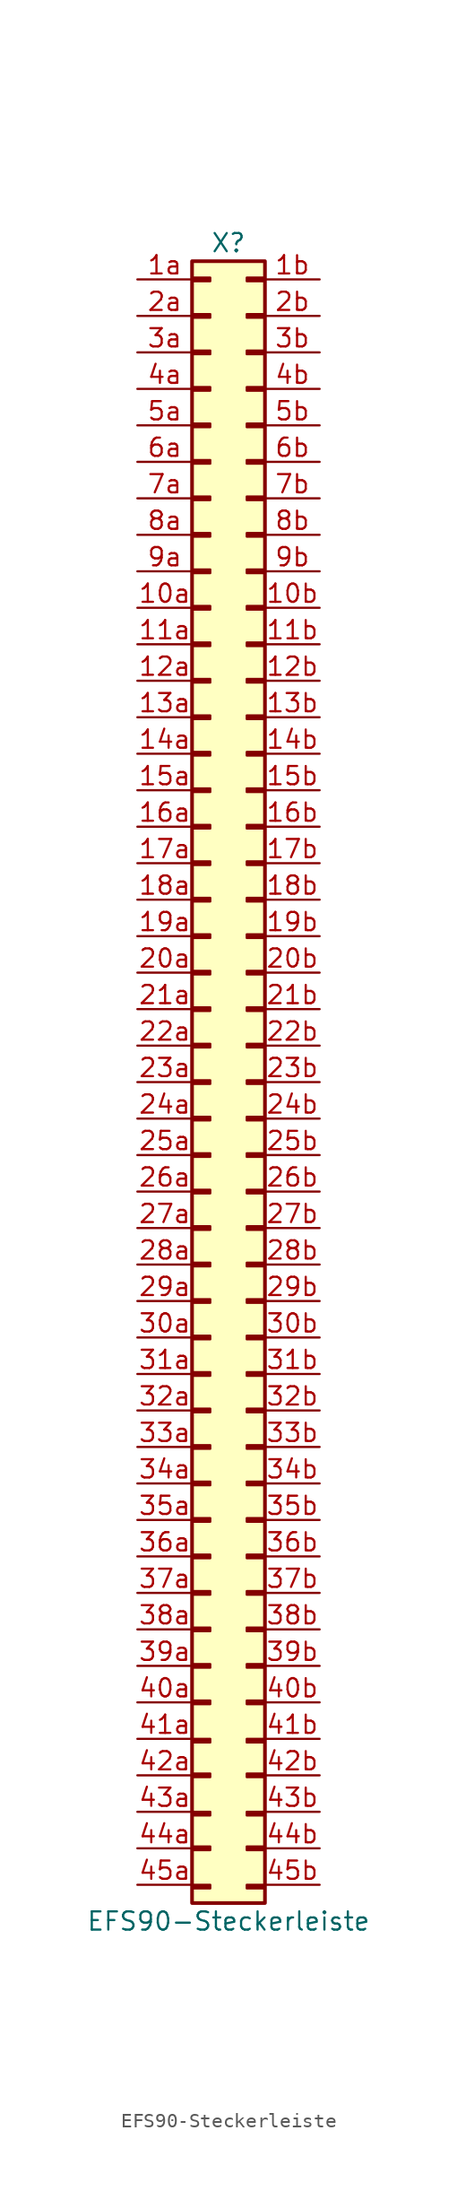
<source format=kicad_sym>
(kicad_symbol_lib
  (version 20211014)
  (generator kicad_symbol_editor)
  (symbol "EFS90-Steckerleiste"
    (pin_names
      (offset 1.016) hide)
    (property "Reference" "X"
      (at 0 57.15 0)
      (effects (font (size 1.27 1.27))))
    (property "Value" "EFS90-Steckerleiste"
      (at 0 -59.69 0)
      (effects (font (size 1.27 1.27))))
    (symbol "EFS90-Steckerleiste_1_1"
      (rectangle (start -2.54 -57.15) (end -1.27 -57.404) (stroke (width 0.152) (type default) (color 0 0 0 0)) (fill (type outline)))
      (rectangle (start -2.54 -54.483) (end -1.27 -54.737) (stroke (width 0.152) (type default) (color 0 0 0 0)) (fill (type outline)))
      (rectangle (start -2.54 -52.07) (end -1.27 -52.324) (stroke (width 0.152) (type default) (color 0 0 0 0)) (fill (type outline)))
      (rectangle (start -2.54 -49.403) (end -1.27 -49.657) (stroke (width 0.152) (type default) (color 0 0 0 0)) (fill (type outline)))
      (rectangle (start -2.54 -46.99) (end -1.27 -47.244) (stroke (width 0.152) (type default) (color 0 0 0 0)) (fill (type outline)))
      (rectangle (start -2.54 -44.323) (end -1.27 -44.577) (stroke (width 0.152) (type default) (color 0 0 0 0)) (fill (type outline)))
      (rectangle (start -2.54 -41.783) (end -1.27 -42.037) (stroke (width 0.152) (type default) (color 0 0 0 0)) (fill (type outline)))
      (rectangle (start -2.54 -39.243) (end -1.27 -39.497) (stroke (width 0.152) (type default) (color 0 0 0 0)) (fill (type outline)))
      (rectangle (start -2.54 -36.703) (end -1.27 -36.957) (stroke (width 0.152) (type default) (color 0 0 0 0)) (fill (type outline)))
      (rectangle (start -2.54 -34.163) (end -1.27 -34.417) (stroke (width 0.152) (type default) (color 0 0 0 0)) (fill (type outline)))
      (rectangle (start -2.54 -31.623) (end -1.27 -31.877) (stroke (width 0.152) (type default) (color 0 0 0 0)) (fill (type outline)))
      (rectangle (start -2.54 -29.083) (end -1.27 -29.337) (stroke (width 0.152) (type default) (color 0 0 0 0)) (fill (type outline)))
      (rectangle (start -2.54 -26.543) (end -1.27 -26.797) (stroke (width 0.152) (type default) (color 0 0 0 0)) (fill (type outline)))
      (rectangle (start -2.54 -24.003) (end -1.27 -24.257) (stroke (width 0.152) (type default) (color 0 0 0 0)) (fill (type outline)))
      (rectangle (start -2.54 -21.463) (end -1.27 -21.717) (stroke (width 0.152) (type default) (color 0 0 0 0)) (fill (type outline)))
      (rectangle (start -2.54 -18.923) (end -1.27 -19.177) (stroke (width 0.152) (type default) (color 0 0 0 0)) (fill (type outline)))
      (rectangle (start -2.54 -16.383) (end -1.27 -16.637) (stroke (width 0.152) (type default) (color 0 0 0 0)) (fill (type outline)))
      (rectangle (start -2.54 -13.843) (end -1.27 -14.097) (stroke (width 0.152) (type default) (color 0 0 0 0)) (fill (type outline)))
      (rectangle (start -2.54 -11.303) (end -1.27 -11.557) (stroke (width 0.152) (type default) (color 0 0 0 0)) (fill (type outline)))
      (rectangle (start -2.54 -8.763) (end -1.27 -9.017) (stroke (width 0.152) (type default) (color 0 0 0 0)) (fill (type outline)))
      (rectangle (start -2.54 -6.223) (end -1.27 -6.477) (stroke (width 0.152) (type default) (color 0 0 0 0)) (fill (type outline)))
      (rectangle (start -2.54 -3.683) (end -1.27 -3.937) (stroke (width 0.152) (type default) (color 0 0 0 0)) (fill (type outline)))
      (rectangle (start -2.54 -1.143) (end -1.27 -1.397) (stroke (width 0.152) (type default) (color 0 0 0 0)) (fill (type outline)))
      (rectangle (start -2.54 1.397) (end -1.27 1.143) (stroke (width 0.152) (type default) (color 0 0 0 0)) (fill (type outline)))
      (rectangle (start -2.54 3.937) (end -1.27 3.683) (stroke (width 0.152) (type default) (color 0 0 0 0)) (fill (type outline)))
      (rectangle (start -2.54 6.477) (end -1.27 6.223) (stroke (width 0.152) (type default) (color 0 0 0 0)) (fill (type outline)))
      (rectangle (start -2.54 9.017) (end -1.27 8.763) (stroke (width 0.152) (type default) (color 0 0 0 0)) (fill (type outline)))
      (rectangle (start -2.54 11.557) (end -1.27 11.303) (stroke (width 0.152) (type default) (color 0 0 0 0)) (fill (type outline)))
      (rectangle (start -2.54 14.097) (end -1.27 13.843) (stroke (width 0.152) (type default) (color 0 0 0 0)) (fill (type outline)))
      (rectangle (start -2.54 16.637) (end -1.27 16.383) (stroke (width 0.152) (type default) (color 0 0 0 0)) (fill (type outline)))
      (rectangle (start -2.54 19.177) (end -1.27 18.923) (stroke (width 0.152) (type default) (color 0 0 0 0)) (fill (type outline)))
      (rectangle (start -2.54 21.717) (end -1.27 21.463) (stroke (width 0.152) (type default) (color 0 0 0 0)) (fill (type outline)))
      (rectangle (start -2.54 24.257) (end -1.27 24.003) (stroke (width 0.152) (type default) (color 0 0 0 0)) (fill (type outline)))
      (rectangle (start -2.54 26.797) (end -1.27 26.543) (stroke (width 0.152) (type default) (color 0 0 0 0)) (fill (type outline)))
      (rectangle (start -2.54 29.337) (end -1.27 29.083) (stroke (width 0.152) (type default) (color 0 0 0 0)) (fill (type outline)))
      (rectangle (start -2.54 31.877) (end -1.27 31.623) (stroke (width 0.152) (type default) (color 0 0 0 0)) (fill (type outline)))
      (rectangle (start -2.54 34.417) (end -1.27 34.163) (stroke (width 0.152) (type default) (color 0 0 0 0)) (fill (type outline)))
      (rectangle (start -2.54 36.957) (end -1.27 36.703) (stroke (width 0.152) (type default) (color 0 0 0 0)) (fill (type outline)))
      (rectangle (start -2.54 39.497) (end -1.27 39.243) (stroke (width 0.152) (type default) (color 0 0 0 0)) (fill (type outline)))
      (rectangle (start -2.54 42.037) (end -1.27 41.783) (stroke (width 0.152) (type default) (color 0 0 0 0)) (fill (type outline)))
      (rectangle (start -2.54 44.577) (end -1.27 44.323) (stroke (width 0.152) (type default) (color 0 0 0 0)) (fill (type outline)))
      (rectangle (start -2.54 47.117) (end -1.27 46.863) (stroke (width 0.152) (type default) (color 0 0 0 0)) (fill (type outline)))
      (rectangle (start -2.54 49.657) (end -1.27 49.403) (stroke (width 0.152) (type default) (color 0 0 0 0)) (fill (type outline)))
      (rectangle (start -2.54 52.197) (end -1.27 51.943) (stroke (width 0.152) (type default) (color 0 0 0 0)) (fill (type outline)))
      (rectangle (start -2.54 54.737) (end -1.27 54.483) (stroke (width 0.152) (type default) (color 0 0 0 0)) (fill (type outline)))
      (rectangle (start -2.54 55.88) (end 2.54 -58.42) (stroke (width 0.254) (type default) (color 0 0 0 0)) (fill (type background)))
      (rectangle (start 2.54 -57.15) (end 1.27 -57.404) (stroke (width 0.152) (type default) (color 0 0 0 0)) (fill (type outline)))
      (rectangle (start 2.54 -54.483) (end 1.27 -54.737) (stroke (width 0.152) (type default) (color 0 0 0 0)) (fill (type outline)))
      (rectangle (start 2.54 -52.07) (end 1.27 -52.324) (stroke (width 0.152) (type default) (color 0 0 0 0)) (fill (type outline)))
      (rectangle (start 2.54 -49.403) (end 1.27 -49.657) (stroke (width 0.152) (type default) (color 0 0 0 0)) (fill (type outline)))
      (rectangle (start 2.54 -46.99) (end 1.27 -47.244) (stroke (width 0.152) (type default) (color 0 0 0 0)) (fill (type outline)))
      (rectangle (start 2.54 -44.323) (end 1.27 -44.577) (stroke (width 0.152) (type default) (color 0 0 0 0)) (fill (type outline)))
      (rectangle (start 2.54 -41.783) (end 1.27 -42.037) (stroke (width 0.152) (type default) (color 0 0 0 0)) (fill (type outline)))
      (rectangle (start 2.54 -39.243) (end 1.27 -39.497) (stroke (width 0.152) (type default) (color 0 0 0 0)) (fill (type outline)))
      (rectangle (start 2.54 -36.703) (end 1.27 -36.957) (stroke (width 0.152) (type default) (color 0 0 0 0)) (fill (type outline)))
      (rectangle (start 2.54 -34.163) (end 1.27 -34.417) (stroke (width 0.152) (type default) (color 0 0 0 0)) (fill (type outline)))
      (rectangle (start 2.54 -31.623) (end 1.27 -31.877) (stroke (width 0.152) (type default) (color 0 0 0 0)) (fill (type outline)))
      (rectangle (start 2.54 -29.083) (end 1.27 -29.337) (stroke (width 0.152) (type default) (color 0 0 0 0)) (fill (type outline)))
      (rectangle (start 2.54 -26.543) (end 1.27 -26.797) (stroke (width 0.152) (type default) (color 0 0 0 0)) (fill (type outline)))
      (rectangle (start 2.54 -24.003) (end 1.27 -24.257) (stroke (width 0.152) (type default) (color 0 0 0 0)) (fill (type outline)))
      (rectangle (start 2.54 -21.463) (end 1.27 -21.717) (stroke (width 0.152) (type default) (color 0 0 0 0)) (fill (type outline)))
      (rectangle (start 2.54 -18.923) (end 1.27 -19.177) (stroke (width 0.152) (type default) (color 0 0 0 0)) (fill (type outline)))
      (rectangle (start 2.54 -16.383) (end 1.27 -16.637) (stroke (width 0.152) (type default) (color 0 0 0 0)) (fill (type outline)))
      (rectangle (start 2.54 -13.843) (end 1.27 -14.097) (stroke (width 0.152) (type default) (color 0 0 0 0)) (fill (type outline)))
      (rectangle (start 2.54 -11.303) (end 1.27 -11.557) (stroke (width 0.152) (type default) (color 0 0 0 0)) (fill (type outline)))
      (rectangle (start 2.54 -8.763) (end 1.27 -9.017) (stroke (width 0.152) (type default) (color 0 0 0 0)) (fill (type outline)))
      (rectangle (start 2.54 -6.223) (end 1.27 -6.477) (stroke (width 0.152) (type default) (color 0 0 0 0)) (fill (type outline)))
      (rectangle (start 2.54 -3.683) (end 1.27 -3.937) (stroke (width 0.152) (type default) (color 0 0 0 0)) (fill (type outline)))
      (rectangle (start 2.54 -1.143) (end 1.27 -1.397) (stroke (width 0.152) (type default) (color 0 0 0 0)) (fill (type outline)))
      (rectangle (start 2.54 1.397) (end 1.27 1.143) (stroke (width 0.152) (type default) (color 0 0 0 0)) (fill (type outline)))
      (rectangle (start 2.54 3.937) (end 1.27 3.683) (stroke (width 0.152) (type default) (color 0 0 0 0)) (fill (type outline)))
      (rectangle (start 2.54 6.477) (end 1.27 6.223) (stroke (width 0.152) (type default) (color 0 0 0 0)) (fill (type outline)))
      (rectangle (start 2.54 9.017) (end 1.27 8.763) (stroke (width 0.152) (type default) (color 0 0 0 0)) (fill (type outline)))
      (rectangle (start 2.54 11.557) (end 1.27 11.303) (stroke (width 0.152) (type default) (color 0 0 0 0)) (fill (type outline)))
      (rectangle (start 2.54 14.097) (end 1.27 13.843) (stroke (width 0.152) (type default) (color 0 0 0 0)) (fill (type outline)))
      (rectangle (start 2.54 16.637) (end 1.27 16.383) (stroke (width 0.152) (type default) (color 0 0 0 0)) (fill (type outline)))
      (rectangle (start 2.54 19.177) (end 1.27 18.923) (stroke (width 0.152) (type default) (color 0 0 0 0)) (fill (type outline)))
      (rectangle (start 2.54 21.717) (end 1.27 21.463) (stroke (width 0.152) (type default) (color 0 0 0 0)) (fill (type outline)))
      (rectangle (start 2.54 24.257) (end 1.27 24.003) (stroke (width 0.152) (type default) (color 0 0 0 0)) (fill (type outline)))
      (rectangle (start 2.54 26.797) (end 1.27 26.543) (stroke (width 0.152) (type default) (color 0 0 0 0)) (fill (type outline)))
      (rectangle (start 2.54 29.337) (end 1.27 29.083) (stroke (width 0.152) (type default) (color 0 0 0 0)) (fill (type outline)))
      (rectangle (start 2.54 31.877) (end 1.27 31.623) (stroke (width 0.152) (type default) (color 0 0 0 0)) (fill (type outline)))
      (rectangle (start 2.54 34.417) (end 1.27 34.163) (stroke (width 0.152) (type default) (color 0 0 0 0)) (fill (type outline)))
      (rectangle (start 2.54 36.957) (end 1.27 36.703) (stroke (width 0.152) (type default) (color 0 0 0 0)) (fill (type outline)))
      (rectangle (start 2.54 39.497) (end 1.27 39.243) (stroke (width 0.152) (type default) (color 0 0 0 0)) (fill (type outline)))
      (rectangle (start 2.54 42.037) (end 1.27 41.783) (stroke (width 0.152) (type default) (color 0 0 0 0)) (fill (type outline)))
      (rectangle (start 2.54 44.577) (end 1.27 44.323) (stroke (width 0.152) (type default) (color 0 0 0 0)) (fill (type outline)))
      (rectangle (start 2.54 47.117) (end 1.27 46.863) (stroke (width 0.152) (type default) (color 0 0 0 0)) (fill (type outline)))
      (rectangle (start 2.54 49.657) (end 1.27 49.403) (stroke (width 0.152) (type default) (color 0 0 0 0)) (fill (type outline)))
      (rectangle (start 2.54 52.197) (end 1.27 51.943) (stroke (width 0.152) (type default) (color 0 0 0 0)) (fill (type outline)))
      (rectangle (start 2.54 54.737) (end 1.27 54.483) (stroke (width 0.152) (type default) (color 0 0 0 0)) (fill (type outline)))
      (pin passive line (at -6.35 31.75 0) (length 3.81) (name "Pin_10a" (effects (font (size 1.27 1.27)))) (number "10a" (effects (font (size 1.27 1.27)))))
      (pin passive line (at 6.35 31.75 180) (length 3.81) (name "Pin_10b" (effects (font (size 1.27 1.27)))) (number "10b" (effects (font (size 1.27 1.27)))))
      (pin passive line (at -6.35 29.21 0) (length 3.81) (name "Pin_11a" (effects (font (size 1.27 1.27)))) (number "11a" (effects (font (size 1.27 1.27)))))
      (pin passive line (at 6.35 29.21 180) (length 3.81) (name "Pin_11b" (effects (font (size 1.27 1.27)))) (number "11b" (effects (font (size 1.27 1.27)))))
      (pin passive line (at -6.35 26.67 0) (length 3.81) (name "Pin_12a" (effects (font (size 1.27 1.27)))) (number "12a" (effects (font (size 1.27 1.27)))))
      (pin passive line (at 6.35 26.67 180) (length 3.81) (name "Pin_12b" (effects (font (size 1.27 1.27)))) (number "12b" (effects (font (size 1.27 1.27)))))
      (pin passive line (at -6.35 24.13 0) (length 3.81) (name "Pin_13a" (effects (font (size 1.27 1.27)))) (number "13a" (effects (font (size 1.27 1.27)))))
      (pin passive line (at 6.35 24.13 180) (length 3.81) (name "Pin_13b" (effects (font (size 1.27 1.27)))) (number "13b" (effects (font (size 1.27 1.27)))))
      (pin passive line (at -6.35 21.59 0) (length 3.81) (name "Pin_14a" (effects (font (size 1.27 1.27)))) (number "14a" (effects (font (size 1.27 1.27)))))
      (pin passive line (at 6.35 21.59 180) (length 3.81) (name "Pin_14b" (effects (font (size 1.27 1.27)))) (number "14b" (effects (font (size 1.27 1.27)))))
      (pin passive line (at -6.35 19.05 0) (length 3.81) (name "Pin_15a" (effects (font (size 1.27 1.27)))) (number "15a" (effects (font (size 1.27 1.27)))))
      (pin passive line (at 6.35 19.05 180) (length 3.81) (name "Pin_15b" (effects (font (size 1.27 1.27)))) (number "15b" (effects (font (size 1.27 1.27)))))
      (pin passive line (at -6.35 16.51 0) (length 3.81) (name "Pin_16a" (effects (font (size 1.27 1.27)))) (number "16a" (effects (font (size 1.27 1.27)))))
      (pin passive line (at 6.35 16.51 180) (length 3.81) (name "Pin_16b" (effects (font (size 1.27 1.27)))) (number "16b" (effects (font (size 1.27 1.27)))))
      (pin passive line (at -6.35 13.97 0) (length 3.81) (name "Pin_17a" (effects (font (size 1.27 1.27)))) (number "17a" (effects (font (size 1.27 1.27)))))
      (pin passive line (at 6.35 13.97 180) (length 3.81) (name "Pin_17b" (effects (font (size 1.27 1.27)))) (number "17b" (effects (font (size 1.27 1.27)))))
      (pin passive line (at -6.35 11.43 0) (length 3.81) (name "Pin_18a" (effects (font (size 1.27 1.27)))) (number "18a" (effects (font (size 1.27 1.27)))))
      (pin passive line (at 6.35 11.43 180) (length 3.81) (name "Pin_18b" (effects (font (size 1.27 1.27)))) (number "18b" (effects (font (size 1.27 1.27)))))
      (pin passive line (at -6.35 8.89 0) (length 3.81) (name "Pin_19a" (effects (font (size 1.27 1.27)))) (number "19a" (effects (font (size 1.27 1.27)))))
      (pin passive line (at 6.35 8.89 180) (length 3.81) (name "Pin_19b" (effects (font (size 1.27 1.27)))) (number "19b" (effects (font (size 1.27 1.27)))))
      (pin passive line (at -6.35 54.61 0) (length 3.81) (name "Pin_1a" (effects (font (size 1.27 1.27)))) (number "1a" (effects (font (size 1.27 1.27)))))
      (pin passive line (at 6.35 54.61 180) (length 3.81) (name "Pin_1b" (effects (font (size 1.27 1.27)))) (number "1b" (effects (font (size 1.27 1.27)))))
      (pin passive line (at -6.35 6.35 0) (length 3.81) (name "Pin_20a" (effects (font (size 1.27 1.27)))) (number "20a" (effects (font (size 1.27 1.27)))))
      (pin passive line (at 6.35 6.35 180) (length 3.81) (name "Pin_20b" (effects (font (size 1.27 1.27)))) (number "20b" (effects (font (size 1.27 1.27)))))
      (pin passive line (at -6.35 3.81 0) (length 3.81) (name "Pin_21a" (effects (font (size 1.27 1.27)))) (number "21a" (effects (font (size 1.27 1.27)))))
      (pin passive line (at 6.35 3.81 180) (length 3.81) (name "Pin_21b" (effects (font (size 1.27 1.27)))) (number "21b" (effects (font (size 1.27 1.27)))))
      (pin passive line (at -6.35 1.27 0) (length 3.81) (name "Pin_22a" (effects (font (size 1.27 1.27)))) (number "22a" (effects (font (size 1.27 1.27)))))
      (pin passive line (at 6.35 1.27 180) (length 3.81) (name "Pin_22b" (effects (font (size 1.27 1.27)))) (number "22b" (effects (font (size 1.27 1.27)))))
      (pin passive line (at -6.35 -1.27 0) (length 3.81) (name "Pin_23a" (effects (font (size 1.27 1.27)))) (number "23a" (effects (font (size 1.27 1.27)))))
      (pin passive line (at 6.35 -1.27 180) (length 3.81) (name "Pin_23b" (effects (font (size 1.27 1.27)))) (number "23b" (effects (font (size 1.27 1.27)))))
      (pin passive line (at -6.35 -3.81 0) (length 3.81) (name "Pin_24a" (effects (font (size 1.27 1.27)))) (number "24a" (effects (font (size 1.27 1.27)))))
      (pin passive line (at 6.35 -3.81 180) (length 3.81) (name "Pin_24b" (effects (font (size 1.27 1.27)))) (number "24b" (effects (font (size 1.27 1.27)))))
      (pin passive line (at -6.35 -6.35 0) (length 3.81) (name "Pin_25a" (effects (font (size 1.27 1.27)))) (number "25a" (effects (font (size 1.27 1.27)))))
      (pin passive line (at 6.35 -6.35 180) (length 3.81) (name "Pin_25b" (effects (font (size 1.27 1.27)))) (number "25b" (effects (font (size 1.27 1.27)))))
      (pin passive line (at -6.35 -8.89 0) (length 3.81) (name "Pin_26a" (effects (font (size 1.27 1.27)))) (number "26a" (effects (font (size 1.27 1.27)))))
      (pin passive line (at 6.35 -8.89 180) (length 3.81) (name "Pin_26b" (effects (font (size 1.27 1.27)))) (number "26b" (effects (font (size 1.27 1.27)))))
      (pin passive line (at -6.35 -11.43 0) (length 3.81) (name "Pin_27a" (effects (font (size 1.27 1.27)))) (number "27a" (effects (font (size 1.27 1.27)))))
      (pin passive line (at 6.35 -11.43 180) (length 3.81) (name "Pin_27b" (effects (font (size 1.27 1.27)))) (number "27b" (effects (font (size 1.27 1.27)))))
      (pin passive line (at -6.35 -13.97 0) (length 3.81) (name "Pin_28a" (effects (font (size 1.27 1.27)))) (number "28a" (effects (font (size 1.27 1.27)))))
      (pin passive line (at 6.35 -13.97 180) (length 3.81) (name "Pin_28b" (effects (font (size 1.27 1.27)))) (number "28b" (effects (font (size 1.27 1.27)))))
      (pin passive line (at -6.35 -16.51 0) (length 3.81) (name "Pin_29a" (effects (font (size 1.27 1.27)))) (number "29a" (effects (font (size 1.27 1.27)))))
      (pin passive line (at 6.35 -16.51 180) (length 3.81) (name "Pin_29b" (effects (font (size 1.27 1.27)))) (number "29b" (effects (font (size 1.27 1.27)))))
      (pin passive line (at -6.35 52.07 0) (length 3.81) (name "Pin_2a" (effects (font (size 1.27 1.27)))) (number "2a" (effects (font (size 1.27 1.27)))))
      (pin passive line (at 6.35 52.07 180) (length 3.81) (name "Pin_2b" (effects (font (size 1.27 1.27)))) (number "2b" (effects (font (size 1.27 1.27)))))
      (pin passive line (at -6.35 -19.05 0) (length 3.81) (name "Pin_30a" (effects (font (size 1.27 1.27)))) (number "30a" (effects (font (size 1.27 1.27)))))
      (pin passive line (at 6.35 -19.05 180) (length 3.81) (name "Pin_30b" (effects (font (size 1.27 1.27)))) (number "30b" (effects (font (size 1.27 1.27)))))
      (pin passive line (at -6.35 -21.59 0) (length 3.81) (name "Pin_31a" (effects (font (size 1.27 1.27)))) (number "31a" (effects (font (size 1.27 1.27)))))
      (pin passive line (at 6.35 -21.59 180) (length 3.81) (name "Pin_31b" (effects (font (size 1.27 1.27)))) (number "31b" (effects (font (size 1.27 1.27)))))
      (pin passive line (at -6.35 -24.13 0) (length 3.81) (name "Pin_32a" (effects (font (size 1.27 1.27)))) (number "32a" (effects (font (size 1.27 1.27)))))
      (pin passive line (at 6.35 -24.13 180) (length 3.81) (name "Pin_32b" (effects (font (size 1.27 1.27)))) (number "32b" (effects (font (size 1.27 1.27)))))
      (pin passive line (at -6.35 -26.67 0) (length 3.81) (name "Pin_33a" (effects (font (size 1.27 1.27)))) (number "33a" (effects (font (size 1.27 1.27)))))
      (pin passive line (at 6.35 -26.67 180) (length 3.81) (name "Pin_33b" (effects (font (size 1.27 1.27)))) (number "33b" (effects (font (size 1.27 1.27)))))
      (pin passive line (at -6.35 -29.21 0) (length 3.81) (name "Pin_34a" (effects (font (size 1.27 1.27)))) (number "34a" (effects (font (size 1.27 1.27)))))
      (pin passive line (at 6.35 -29.21 180) (length 3.81) (name "Pin_34b" (effects (font (size 1.27 1.27)))) (number "34b" (effects (font (size 1.27 1.27)))))
      (pin passive line (at -6.35 -31.75 0) (length 3.81) (name "Pin_35a" (effects (font (size 1.27 1.27)))) (number "35a" (effects (font (size 1.27 1.27)))))
      (pin passive line (at 6.35 -31.75 180) (length 3.81) (name "Pin_35b" (effects (font (size 1.27 1.27)))) (number "35b" (effects (font (size 1.27 1.27)))))
      (pin passive line (at -6.35 -34.29 0) (length 3.81) (name "Pin_36a" (effects (font (size 1.27 1.27)))) (number "36a" (effects (font (size 1.27 1.27)))))
      (pin passive line (at 6.35 -34.29 180) (length 3.81) (name "Pin_36b" (effects (font (size 1.27 1.27)))) (number "36b" (effects (font (size 1.27 1.27)))))
      (pin passive line (at -6.35 -36.83 0) (length 3.81) (name "Pin_37a" (effects (font (size 1.27 1.27)))) (number "37a" (effects (font (size 1.27 1.27)))))
      (pin passive line (at 6.35 -36.83 180) (length 3.81) (name "Pin_37b" (effects (font (size 1.27 1.27)))) (number "37b" (effects (font (size 1.27 1.27)))))
      (pin passive line (at -6.35 -39.37 0) (length 3.81) (name "Pin_38a" (effects (font (size 1.27 1.27)))) (number "38a" (effects (font (size 1.27 1.27)))))
      (pin passive line (at 6.35 -39.37 180) (length 3.81) (name "Pin_38b" (effects (font (size 1.27 1.27)))) (number "38b" (effects (font (size 1.27 1.27)))))
      (pin passive line (at -6.35 -41.91 0) (length 3.81) (name "Pin_39a" (effects (font (size 1.27 1.27)))) (number "39a" (effects (font (size 1.27 1.27)))))
      (pin passive line (at 6.35 -41.91 180) (length 3.81) (name "Pin_39b" (effects (font (size 1.27 1.27)))) (number "39b" (effects (font (size 1.27 1.27)))))
      (pin passive line (at -6.35 49.53 0) (length 3.81) (name "Pin_3a" (effects (font (size 1.27 1.27)))) (number "3a" (effects (font (size 1.27 1.27)))))
      (pin passive line (at 6.35 49.53 180) (length 3.81) (name "Pin_3b" (effects (font (size 1.27 1.27)))) (number "3b" (effects (font (size 1.27 1.27)))))
      (pin passive line (at -6.35 -44.45 0) (length 3.81) (name "Pin_40a" (effects (font (size 1.27 1.27)))) (number "40a" (effects (font (size 1.27 1.27)))))
      (pin passive line (at 6.35 -44.45 180) (length 3.81) (name "Pin_40b" (effects (font (size 1.27 1.27)))) (number "40b" (effects (font (size 1.27 1.27)))))
      (pin passive line (at -6.35 -46.99 0) (length 3.81) (name "Pin_41a" (effects (font (size 1.27 1.27)))) (number "41a" (effects (font (size 1.27 1.27)))))
      (pin passive line (at 6.35 -46.99 180) (length 3.81) (name "Pin_41b" (effects (font (size 1.27 1.27)))) (number "41b" (effects (font (size 1.27 1.27)))))
      (pin passive line (at -6.35 -49.53 0) (length 3.81) (name "Pin_42a" (effects (font (size 1.27 1.27)))) (number "42a" (effects (font (size 1.27 1.27)))))
      (pin passive line (at 6.35 -49.53 180) (length 3.81) (name "Pin_42b" (effects (font (size 1.27 1.27)))) (number "42b" (effects (font (size 1.27 1.27)))))
      (pin passive line (at -6.35 -52.07 0) (length 3.81) (name "Pin_43a" (effects (font (size 1.27 1.27)))) (number "43a" (effects (font (size 1.27 1.27)))))
      (pin passive line (at 6.35 -52.07 180) (length 3.81) (name "Pin_43b" (effects (font (size 1.27 1.27)))) (number "43b" (effects (font (size 1.27 1.27)))))
      (pin passive line (at -6.35 -54.61 0) (length 3.81) (name "Pin_44a" (effects (font (size 1.27 1.27)))) (number "44a" (effects (font (size 1.27 1.27)))))
      (pin passive line (at 6.35 -54.61 180) (length 3.81) (name "Pin_44b" (effects (font (size 1.27 1.27)))) (number "44b" (effects (font (size 1.27 1.27)))))
      (pin passive line (at -6.35 -57.15 0) (length 3.81) (name "Pin_45a" (effects (font (size 1.27 1.27)))) (number "45a" (effects (font (size 1.27 1.27)))))
      (pin passive line (at 6.35 -57.15 180) (length 3.81) (name "Pin_45b" (effects (font (size 1.27 1.27)))) (number "45b" (effects (font (size 1.27 1.27)))))
      (pin passive line (at -6.35 46.99 0) (length 3.81) (name "Pin_4a" (effects (font (size 1.27 1.27)))) (number "4a" (effects (font (size 1.27 1.27)))))
      (pin passive line (at 6.35 46.99 180) (length 3.81) (name "Pin_4b" (effects (font (size 1.27 1.27)))) (number "4b" (effects (font (size 1.27 1.27)))))
      (pin passive line (at -6.35 44.45 0) (length 3.81) (name "Pin_5a" (effects (font (size 1.27 1.27)))) (number "5a" (effects (font (size 1.27 1.27)))))
      (pin passive line (at 6.35 44.45 180) (length 3.81) (name "Pin_5b" (effects (font (size 1.27 1.27)))) (number "5b" (effects (font (size 1.27 1.27)))))
      (pin passive line (at -6.35 41.91 0) (length 3.81) (name "Pin_6a" (effects (font (size 1.27 1.27)))) (number "6a" (effects (font (size 1.27 1.27)))))
      (pin passive line (at 6.35 41.91 180) (length 3.81) (name "Pin_6b" (effects (font (size 1.27 1.27)))) (number "6b" (effects (font (size 1.27 1.27)))))
      (pin passive line (at -6.35 39.37 0) (length 3.81) (name "Pin_7a" (effects (font (size 1.27 1.27)))) (number "7a" (effects (font (size 1.27 1.27)))))
      (pin passive line (at 6.35 39.37 180) (length 3.81) (name "Pin_7b" (effects (font (size 1.27 1.27)))) (number "7b" (effects (font (size 1.27 1.27)))))
      (pin passive line (at -6.35 36.83 0) (length 3.81) (name "Pin_8a" (effects (font (size 1.27 1.27)))) (number "8a" (effects (font (size 1.27 1.27)))))
      (pin passive line (at 6.35 36.83 180) (length 3.81) (name "Pin_8b" (effects (font (size 1.27 1.27)))) (number "8b" (effects (font (size 1.27 1.27)))))
      (pin passive line (at -6.35 34.29 0) (length 3.81) (name "Pin_9a" (effects (font (size 1.27 1.27)))) (number "9a" (effects (font (size 1.27 1.27)))))
      (pin passive line (at 6.35 34.29 180) (length 3.81) (name "Pin_9b" (effects (font (size 1.27 1.27)))) (number "9b" (effects (font (size 1.27 1.27))))))))
</source>
